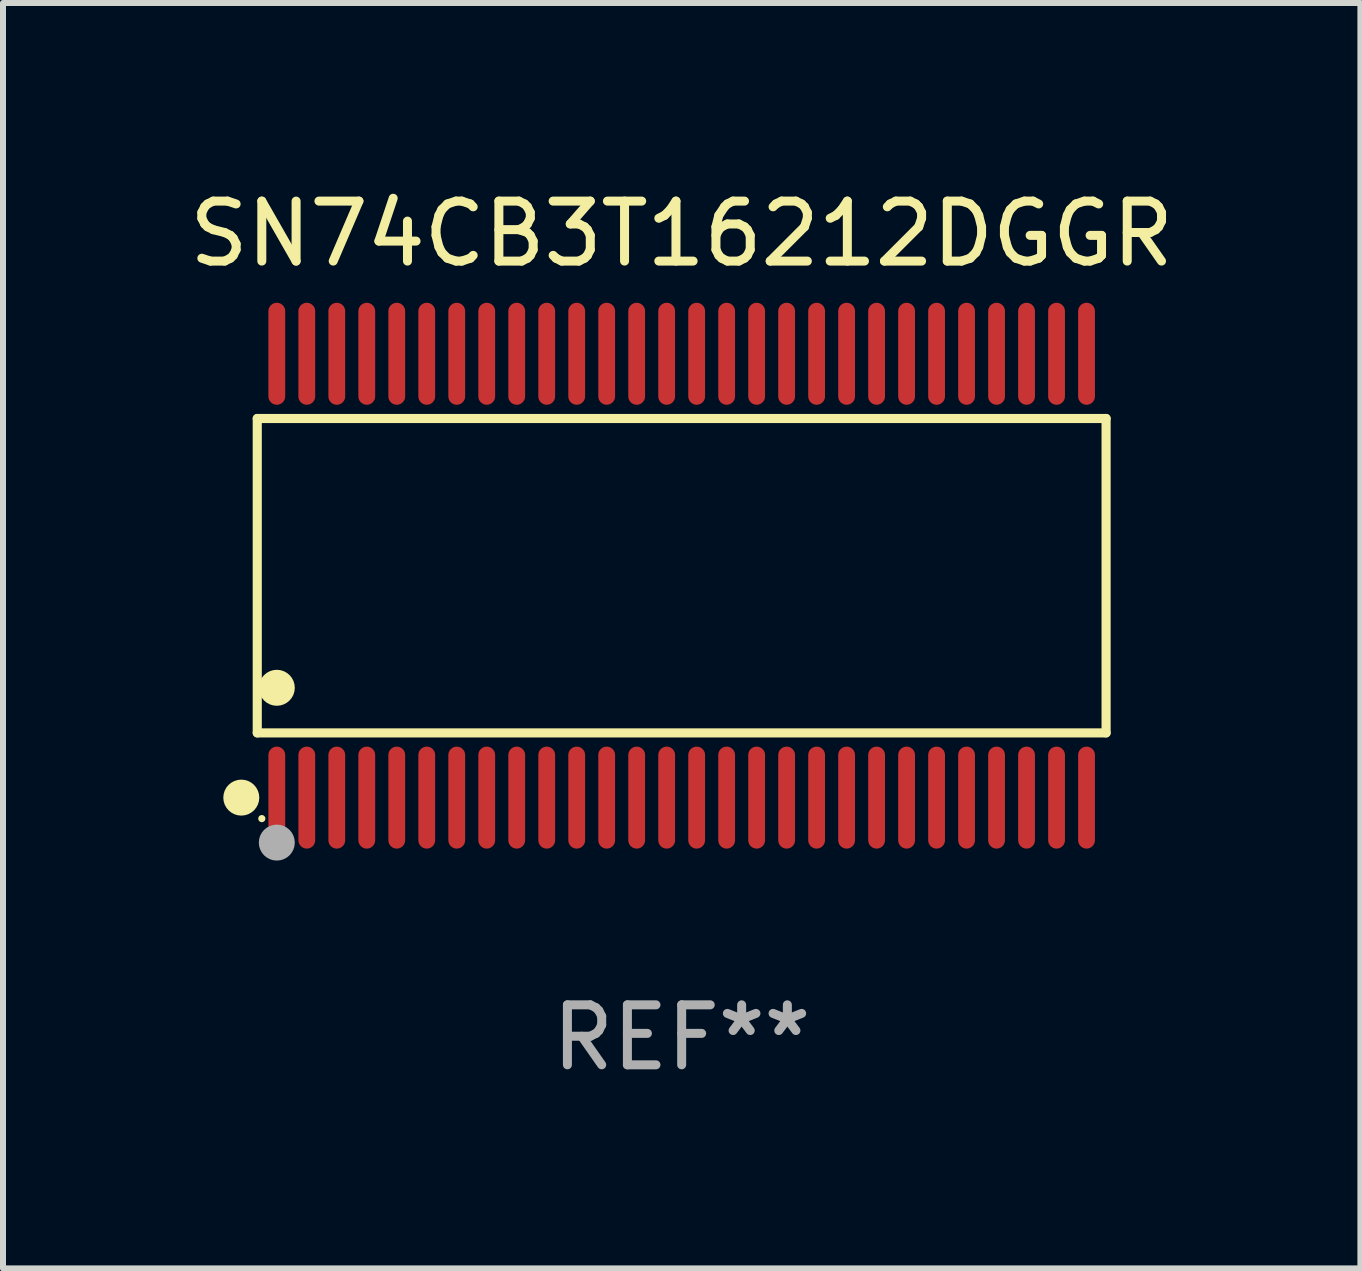
<source format=kicad_pcb>
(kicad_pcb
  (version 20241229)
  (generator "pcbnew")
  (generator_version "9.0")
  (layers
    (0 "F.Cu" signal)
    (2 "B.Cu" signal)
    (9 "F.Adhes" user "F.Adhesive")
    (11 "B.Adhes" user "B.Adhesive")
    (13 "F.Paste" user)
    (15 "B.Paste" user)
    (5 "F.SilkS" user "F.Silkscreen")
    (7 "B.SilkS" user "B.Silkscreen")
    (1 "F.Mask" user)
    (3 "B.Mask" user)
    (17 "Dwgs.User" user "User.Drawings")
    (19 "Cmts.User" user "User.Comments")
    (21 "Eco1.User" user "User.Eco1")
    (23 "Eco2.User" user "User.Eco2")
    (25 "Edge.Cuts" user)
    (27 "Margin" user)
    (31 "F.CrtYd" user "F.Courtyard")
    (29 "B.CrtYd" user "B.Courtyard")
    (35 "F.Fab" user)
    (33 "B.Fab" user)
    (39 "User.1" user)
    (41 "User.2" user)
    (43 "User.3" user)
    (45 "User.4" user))
  (footprint "SN74CB3T16212DGGR"
    (layer "F.Cu")
    (at 8.315 6.548)
    (property "Reference" "SN74CB3T16212DGGR" (at 0 -5.7 0) (layer "F.SilkS") (effects (font (size 1 1) (thickness 0.15))))
    (attr through_hole)
    (fp_line (start -7.076 -2.621) (end 7.076 -2.621) (stroke (width 0.152) (type solid)) (layer "F.SilkS"))
    (fp_line (start -7.076 2.621) (end -7.076 -2.621) (stroke (width 0.152) (type solid)) (layer "F.SilkS"))
    (fp_line (start 7.076 -2.621) (end 7.076 2.621) (stroke (width 0.152) (type solid)) (layer "F.SilkS"))
    (fp_line (start 7.076 2.621) (end -7.076 2.621) (stroke (width 0.152) (type solid)) (layer "F.SilkS"))
    (fp_circle (center -7.342 3.7) (end -7.192 3.7) (stroke (width 0.3) (type solid)) (fill no) (layer "F.SilkS"))
    (fp_circle (center -7 4.05) (end -6.97 4.05) (stroke (width 0.06) (type solid)) (fill no) (layer "F.SilkS"))
    (fp_circle (center -6.75 1.869) (end -6.6 1.869) (stroke (width 0.3) (type solid)) (fill no) (layer "F.SilkS"))
    (fp_circle (center -6.75 4.45) (end -6.6 4.45) (stroke (width 0.3) (type solid)) (fill no) (layer "F.Fab"))
    (fp_text user "REF**" (at 0 7.7 0) (layer "F.Fab") (effects (font (size 1 1) (thickness 0.15))))
    (pad "1" smd oval (at -6.75 3.7) (size 0.28 1.7) (layers "F.Cu" "F.Mask" "F.Paste"))
    (pad "2" smd oval (at -6.25 3.7) (size 0.28 1.7) (layers "F.Cu" "F.Mask" "F.Paste"))
    (pad "3" smd oval (at -5.75 3.7) (size 0.28 1.7) (layers "F.Cu" "F.Mask" "F.Paste"))
    (pad "4" smd oval (at -5.25 3.7) (size 0.28 1.7) (layers "F.Cu" "F.Mask" "F.Paste"))
    (pad "5" smd oval (at -4.75 3.7) (size 0.28 1.7) (layers "F.Cu" "F.Mask" "F.Paste"))
    (pad "6" smd oval (at -4.25 3.7) (size 0.28 1.7) (layers "F.Cu" "F.Mask" "F.Paste"))
    (pad "7" smd oval (at -3.75 3.7) (size 0.28 1.7) (layers "F.Cu" "F.Mask" "F.Paste"))
    (pad "8" smd oval (at -3.25 3.7) (size 0.28 1.7) (layers "F.Cu" "F.Mask" "F.Paste"))
    (pad "9" smd oval (at -2.75 3.7) (size 0.28 1.7) (layers "F.Cu" "F.Mask" "F.Paste"))
    (pad "10" smd oval (at -2.25 3.7) (size 0.28 1.7) (layers "F.Cu" "F.Mask" "F.Paste"))
    (pad "11" smd oval (at -1.75 3.7) (size 0.28 1.7) (layers "F.Cu" "F.Mask" "F.Paste"))
    (pad "12" smd oval (at -1.25 3.7) (size 0.28 1.7) (layers "F.Cu" "F.Mask" "F.Paste"))
    (pad "13" smd oval (at -0.75 3.7) (size 0.28 1.7) (layers "F.Cu" "F.Mask" "F.Paste"))
    (pad "14" smd oval (at -0.25 3.7) (size 0.28 1.7) (layers "F.Cu" "F.Mask" "F.Paste"))
    (pad "15" smd oval (at 0.25 3.7) (size 0.28 1.7) (layers "F.Cu" "F.Mask" "F.Paste"))
    (pad "16" smd oval (at 0.75 3.7) (size 0.28 1.7) (layers "F.Cu" "F.Mask" "F.Paste"))
    (pad "17" smd oval (at 1.25 3.7) (size 0.28 1.7) (layers "F.Cu" "F.Mask" "F.Paste"))
    (pad "18" smd oval (at 1.75 3.7) (size 0.28 1.7) (layers "F.Cu" "F.Mask" "F.Paste"))
    (pad "19" smd oval (at 2.25 3.7) (size 0.28 1.7) (layers "F.Cu" "F.Mask" "F.Paste"))
    (pad "20" smd oval (at 2.75 3.7) (size 0.28 1.7) (layers "F.Cu" "F.Mask" "F.Paste"))
    (pad "21" smd oval (at 3.25 3.7) (size 0.28 1.7) (layers "F.Cu" "F.Mask" "F.Paste"))
    (pad "22" smd oval (at 3.75 3.7) (size 0.28 1.7) (layers "F.Cu" "F.Mask" "F.Paste"))
    (pad "23" smd oval (at 4.25 3.7) (size 0.28 1.7) (layers "F.Cu" "F.Mask" "F.Paste"))
    (pad "24" smd oval (at 4.75 3.7) (size 0.28 1.7) (layers "F.Cu" "F.Mask" "F.Paste"))
    (pad "25" smd oval (at 5.25 3.7) (size 0.28 1.7) (layers "F.Cu" "F.Mask" "F.Paste"))
    (pad "26" smd oval (at 5.75 3.7) (size 0.28 1.7) (layers "F.Cu" "F.Mask" "F.Paste"))
    (pad "27" smd oval (at 6.25 3.7) (size 0.28 1.7) (layers "F.Cu" "F.Mask" "F.Paste"))
    (pad "28" smd oval (at 6.75 3.7) (size 0.28 1.7) (layers "F.Cu" "F.Mask" "F.Paste"))
    (pad "29" smd oval (at 6.75 -3.7) (size 0.28 1.7) (layers "F.Cu" "F.Mask" "F.Paste"))
    (pad "30" smd oval (at 6.25 -3.7) (size 0.28 1.7) (layers "F.Cu" "F.Mask" "F.Paste"))
    (pad "31" smd oval (at 5.75 -3.7) (size 0.28 1.7) (layers "F.Cu" "F.Mask" "F.Paste"))
    (pad "32" smd oval (at 5.25 -3.7) (size 0.28 1.7) (layers "F.Cu" "F.Mask" "F.Paste"))
    (pad "33" smd oval (at 4.75 -3.7) (size 0.28 1.7) (layers "F.Cu" "F.Mask" "F.Paste"))
    (pad "34" smd oval (at 4.25 -3.7) (size 0.28 1.7) (layers "F.Cu" "F.Mask" "F.Paste"))
    (pad "35" smd oval (at 3.75 -3.7) (size 0.28 1.7) (layers "F.Cu" "F.Mask" "F.Paste"))
    (pad "36" smd oval (at 3.25 -3.7) (size 0.28 1.7) (layers "F.Cu" "F.Mask" "F.Paste"))
    (pad "37" smd oval (at 2.75 -3.7) (size 0.28 1.7) (layers "F.Cu" "F.Mask" "F.Paste"))
    (pad "38" smd oval (at 2.25 -3.7) (size 0.28 1.7) (layers "F.Cu" "F.Mask" "F.Paste"))
    (pad "39" smd oval (at 1.75 -3.7) (size 0.28 1.7) (layers "F.Cu" "F.Mask" "F.Paste"))
    (pad "40" smd oval (at 1.25 -3.7) (size 0.28 1.7) (layers "F.Cu" "F.Mask" "F.Paste"))
    (pad "41" smd oval (at 0.75 -3.7) (size 0.28 1.7) (layers "F.Cu" "F.Mask" "F.Paste"))
    (pad "42" smd oval (at 0.25 -3.7) (size 0.28 1.7) (layers "F.Cu" "F.Mask" "F.Paste"))
    (pad "43" smd oval (at -0.25 -3.7) (size 0.28 1.7) (layers "F.Cu" "F.Mask" "F.Paste"))
    (pad "44" smd oval (at -0.75 -3.7) (size 0.28 1.7) (layers "F.Cu" "F.Mask" "F.Paste"))
    (pad "45" smd oval (at -1.25 -3.7) (size 0.28 1.7) (layers "F.Cu" "F.Mask" "F.Paste"))
    (pad "46" smd oval (at -1.75 -3.7) (size 0.28 1.7) (layers "F.Cu" "F.Mask" "F.Paste"))
    (pad "47" smd oval (at -2.25 -3.7) (size 0.28 1.7) (layers "F.Cu" "F.Mask" "F.Paste"))
    (pad "48" smd oval (at -2.75 -3.7) (size 0.28 1.7) (layers "F.Cu" "F.Mask" "F.Paste"))
    (pad "49" smd oval (at -3.25 -3.7) (size 0.28 1.7) (layers "F.Cu" "F.Mask" "F.Paste"))
    (pad "50" smd oval (at -3.75 -3.7) (size 0.28 1.7) (layers "F.Cu" "F.Mask" "F.Paste"))
    (pad "51" smd oval (at -4.25 -3.7) (size 0.28 1.7) (layers "F.Cu" "F.Mask" "F.Paste"))
    (pad "52" smd oval (at -4.75 -3.7) (size 0.28 1.7) (layers "F.Cu" "F.Mask" "F.Paste"))
    (pad "53" smd oval (at -5.25 -3.7) (size 0.28 1.7) (layers "F.Cu" "F.Mask" "F.Paste"))
    (pad "54" smd oval (at -5.75 -3.7) (size 0.28 1.7) (layers "F.Cu" "F.Mask" "F.Paste"))
    (pad "55" smd oval (at -6.25 -3.7) (size 0.28 1.7) (layers "F.Cu" "F.Mask" "F.Paste"))
    (pad "56" smd oval (at -6.75 -3.7) (size 0.28 1.7) (layers "F.Cu" "F.Mask" "F.Paste")))
  (gr_rect
    (start -3 -3)
    (end 19.631 18.097)
    (stroke (width 0.1) (type default))
    (fill no)
    (layer "Edge.Cuts")))
</source>
